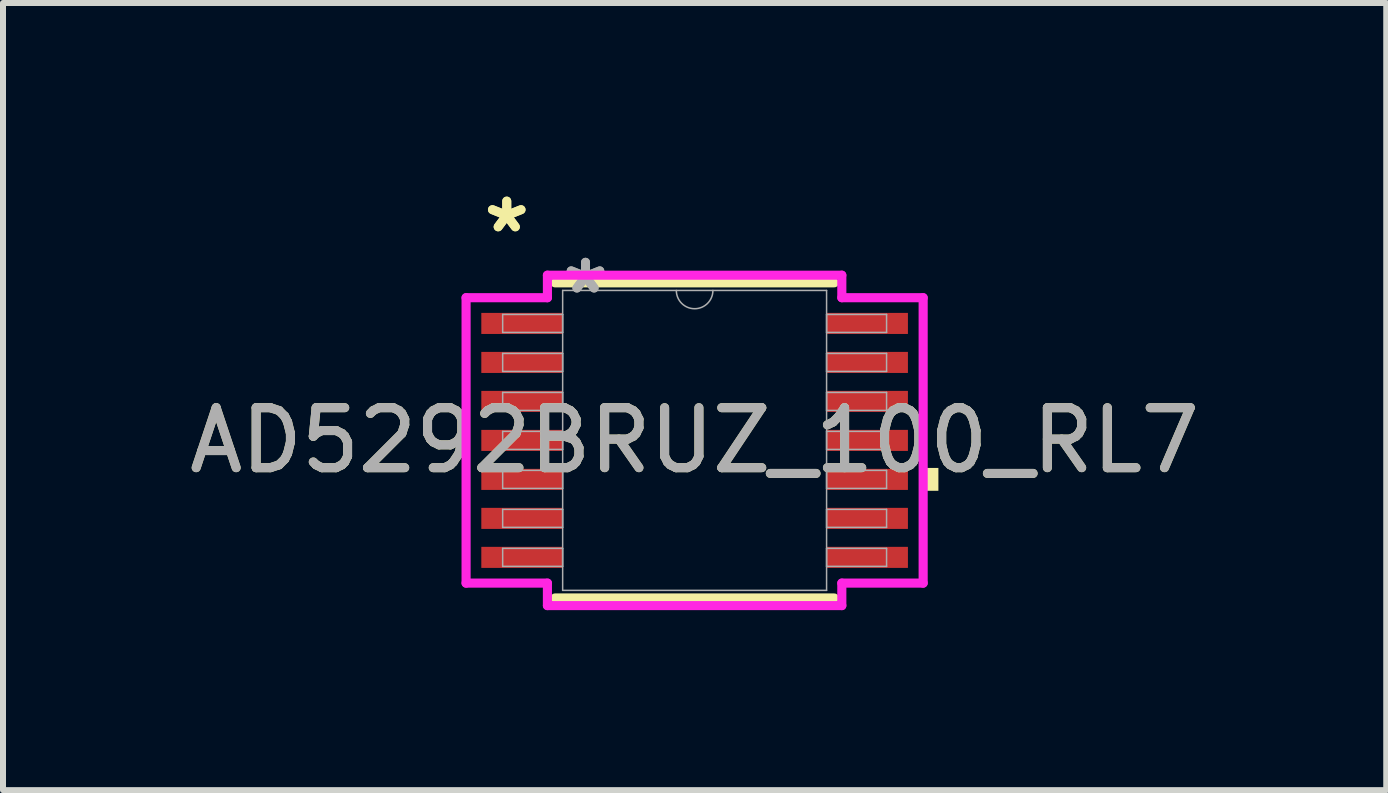
<source format=kicad_pcb>
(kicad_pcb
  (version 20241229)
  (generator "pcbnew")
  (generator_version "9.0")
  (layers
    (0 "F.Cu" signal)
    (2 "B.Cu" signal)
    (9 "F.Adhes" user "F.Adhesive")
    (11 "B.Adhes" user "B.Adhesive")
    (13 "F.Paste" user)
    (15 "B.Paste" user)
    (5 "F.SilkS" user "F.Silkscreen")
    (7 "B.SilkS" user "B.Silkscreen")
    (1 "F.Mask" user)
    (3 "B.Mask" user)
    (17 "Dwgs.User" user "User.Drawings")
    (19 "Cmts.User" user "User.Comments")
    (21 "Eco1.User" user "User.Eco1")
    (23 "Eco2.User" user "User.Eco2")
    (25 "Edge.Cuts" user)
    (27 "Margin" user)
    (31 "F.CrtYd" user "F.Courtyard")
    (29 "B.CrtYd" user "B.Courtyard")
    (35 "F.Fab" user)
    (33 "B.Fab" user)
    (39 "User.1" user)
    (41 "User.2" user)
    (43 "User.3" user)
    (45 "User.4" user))
  (footprint "AD5292BRUZ_100_RL7"
    (layer "F.Cu")
    (at 8.53 4.292)
    (property "Reference" "AD5292BRUZ_100_RL7" (at 0 0 0) (unlocked yes) (layer "F.SilkS") (effects (font (size 1 1) (thickness 0.15))))
    (attr smd)
    (fp_line (start -2.327 2.627) (end 2.327 2.627) (stroke (width 0.152) (type solid)) (layer "F.SilkS"))
    (fp_line (start 2.327 -2.627) (end -2.327 -2.627) (stroke (width 0.152) (type solid)) (layer "F.SilkS"))
    (fp_poly (pts (xy 4.064 0.459) (xy 4.064 0.84) (xy 3.81 0.84) (xy 3.81 0.459)) (stroke (width 0) (type solid)) (fill yes) (layer "F.SilkS"))
    (fp_line (start -3.81 -2.379) (end -2.454 -2.379) (stroke (width 0.152) (type solid)) (layer "F.CrtYd"))
    (fp_line (start -3.81 2.379) (end -3.81 -2.379) (stroke (width 0.152) (type solid)) (layer "F.CrtYd"))
    (fp_line (start -3.81 2.379) (end -2.454 2.379) (stroke (width 0.152) (type solid)) (layer "F.CrtYd"))
    (fp_line (start -2.454 -2.754) (end 2.454 -2.754) (stroke (width 0.152) (type solid)) (layer "F.CrtYd"))
    (fp_line (start -2.454 -2.379) (end -2.454 -2.754) (stroke (width 0.152) (type solid)) (layer "F.CrtYd"))
    (fp_line (start -2.454 2.754) (end -2.454 2.379) (stroke (width 0.152) (type solid)) (layer "F.CrtYd"))
    (fp_line (start 2.454 -2.754) (end 2.454 -2.379) (stroke (width 0.152) (type solid)) (layer "F.CrtYd"))
    (fp_line (start 2.454 2.379) (end 2.454 2.754) (stroke (width 0.152) (type solid)) (layer "F.CrtYd"))
    (fp_line (start 2.454 2.754) (end -2.454 2.754) (stroke (width 0.152) (type solid)) (layer "F.CrtYd"))
    (fp_line (start 3.81 -2.379) (end 2.454 -2.379) (stroke (width 0.152) (type solid)) (layer "F.CrtYd"))
    (fp_line (start 3.81 -2.379) (end 3.81 2.379) (stroke (width 0.152) (type solid)) (layer "F.CrtYd"))
    (fp_line (start 3.81 2.379) (end 2.454 2.379) (stroke (width 0.152) (type solid)) (layer "F.CrtYd"))
    (fp_line (start -3.2 -2.1) (end -3.2 -1.8) (stroke (width 0.025) (type solid)) (layer "F.Fab"))
    (fp_line (start -3.2 -1.8) (end -2.2 -1.8) (stroke (width 0.025) (type solid)) (layer "F.Fab"))
    (fp_line (start -3.2 -1.45) (end -3.2 -1.15) (stroke (width 0.025) (type solid)) (layer "F.Fab"))
    (fp_line (start -3.2 -1.15) (end -2.2 -1.15) (stroke (width 0.025) (type solid)) (layer "F.Fab"))
    (fp_line (start -3.2 -0.8) (end -3.2 -0.5) (stroke (width 0.025) (type solid)) (layer "F.Fab"))
    (fp_line (start -3.2 -0.5) (end -2.2 -0.5) (stroke (width 0.025) (type solid)) (layer "F.Fab"))
    (fp_line (start -3.2 -0.15) (end -3.2 0.15) (stroke (width 0.025) (type solid)) (layer "F.Fab"))
    (fp_line (start -3.2 0.15) (end -2.2 0.15) (stroke (width 0.025) (type solid)) (layer "F.Fab"))
    (fp_line (start -3.2 0.5) (end -3.2 0.8) (stroke (width 0.025) (type solid)) (layer "F.Fab"))
    (fp_line (start -3.2 0.8) (end -2.2 0.8) (stroke (width 0.025) (type solid)) (layer "F.Fab"))
    (fp_line (start -3.2 1.15) (end -3.2 1.45) (stroke (width 0.025) (type solid)) (layer "F.Fab"))
    (fp_line (start -3.2 1.45) (end -2.2 1.45) (stroke (width 0.025) (type solid)) (layer "F.Fab"))
    (fp_line (start -3.2 1.8) (end -3.2 2.1) (stroke (width 0.025) (type solid)) (layer "F.Fab"))
    (fp_line (start -3.2 2.1) (end -2.2 2.1) (stroke (width 0.025) (type solid)) (layer "F.Fab"))
    (fp_line (start -2.2 -2.5) (end -2.2 2.5) (stroke (width 0.025) (type solid)) (layer "F.Fab"))
    (fp_line (start -2.2 -2.1) (end -3.2 -2.1) (stroke (width 0.025) (type solid)) (layer "F.Fab"))
    (fp_line (start -2.2 -1.8) (end -2.2 -2.1) (stroke (width 0.025) (type solid)) (layer "F.Fab"))
    (fp_line (start -2.2 -1.45) (end -3.2 -1.45) (stroke (width 0.025) (type solid)) (layer "F.Fab"))
    (fp_line (start -2.2 -1.15) (end -2.2 -1.45) (stroke (width 0.025) (type solid)) (layer "F.Fab"))
    (fp_line (start -2.2 -0.8) (end -3.2 -0.8) (stroke (width 0.025) (type solid)) (layer "F.Fab"))
    (fp_line (start -2.2 -0.5) (end -2.2 -0.8) (stroke (width 0.025) (type solid)) (layer "F.Fab"))
    (fp_line (start -2.2 -0.15) (end -3.2 -0.15) (stroke (width 0.025) (type solid)) (layer "F.Fab"))
    (fp_line (start -2.2 0.15) (end -2.2 -0.15) (stroke (width 0.025) (type solid)) (layer "F.Fab"))
    (fp_line (start -2.2 0.5) (end -3.2 0.5) (stroke (width 0.025) (type solid)) (layer "F.Fab"))
    (fp_line (start -2.2 0.8) (end -2.2 0.5) (stroke (width 0.025) (type solid)) (layer "F.Fab"))
    (fp_line (start -2.2 1.15) (end -3.2 1.15) (stroke (width 0.025) (type solid)) (layer "F.Fab"))
    (fp_line (start -2.2 1.45) (end -2.2 1.15) (stroke (width 0.025) (type solid)) (layer "F.Fab"))
    (fp_line (start -2.2 1.8) (end -3.2 1.8) (stroke (width 0.025) (type solid)) (layer "F.Fab"))
    (fp_line (start -2.2 2.1) (end -2.2 1.8) (stroke (width 0.025) (type solid)) (layer "F.Fab"))
    (fp_line (start -2.2 2.5) (end 2.2 2.5) (stroke (width 0.025) (type solid)) (layer "F.Fab"))
    (fp_line (start 2.2 -2.5) (end -2.2 -2.5) (stroke (width 0.025) (type solid)) (layer "F.Fab"))
    (fp_line (start 2.2 -2.1) (end 2.2 -1.8) (stroke (width 0.025) (type solid)) (layer "F.Fab"))
    (fp_line (start 2.2 -1.8) (end 3.2 -1.8) (stroke (width 0.025) (type solid)) (layer "F.Fab"))
    (fp_line (start 2.2 -1.45) (end 2.2 -1.15) (stroke (width 0.025) (type solid)) (layer "F.Fab"))
    (fp_line (start 2.2 -1.15) (end 3.2 -1.15) (stroke (width 0.025) (type solid)) (layer "F.Fab"))
    (fp_line (start 2.2 -0.8) (end 2.2 -0.5) (stroke (width 0.025) (type solid)) (layer "F.Fab"))
    (fp_line (start 2.2 -0.5) (end 3.2 -0.5) (stroke (width 0.025) (type solid)) (layer "F.Fab"))
    (fp_line (start 2.2 -0.15) (end 2.2 0.15) (stroke (width 0.025) (type solid)) (layer "F.Fab"))
    (fp_line (start 2.2 0.15) (end 3.2 0.15) (stroke (width 0.025) (type solid)) (layer "F.Fab"))
    (fp_line (start 2.2 0.5) (end 2.2 0.8) (stroke (width 0.025) (type solid)) (layer "F.Fab"))
    (fp_line (start 2.2 0.8) (end 3.2 0.8) (stroke (width 0.025) (type solid)) (layer "F.Fab"))
    (fp_line (start 2.2 1.15) (end 2.2 1.45) (stroke (width 0.025) (type solid)) (layer "F.Fab"))
    (fp_line (start 2.2 1.45) (end 3.2 1.45) (stroke (width 0.025) (type solid)) (layer "F.Fab"))
    (fp_line (start 2.2 1.8) (end 2.2 2.1) (stroke (width 0.025) (type solid)) (layer "F.Fab"))
    (fp_line (start 2.2 2.1) (end 3.2 2.1) (stroke (width 0.025) (type solid)) (layer "F.Fab"))
    (fp_line (start 2.2 2.5) (end 2.2 -2.5) (stroke (width 0.025) (type solid)) (layer "F.Fab"))
    (fp_line (start 3.2 -2.1) (end 2.2 -2.1) (stroke (width 0.025) (type solid)) (layer "F.Fab"))
    (fp_line (start 3.2 -1.8) (end 3.2 -2.1) (stroke (width 0.025) (type solid)) (layer "F.Fab"))
    (fp_line (start 3.2 -1.45) (end 2.2 -1.45) (stroke (width 0.025) (type solid)) (layer "F.Fab"))
    (fp_line (start 3.2 -1.15) (end 3.2 -1.45) (stroke (width 0.025) (type solid)) (layer "F.Fab"))
    (fp_line (start 3.2 -0.8) (end 2.2 -0.8) (stroke (width 0.025) (type solid)) (layer "F.Fab"))
    (fp_line (start 3.2 -0.5) (end 3.2 -0.8) (stroke (width 0.025) (type solid)) (layer "F.Fab"))
    (fp_line (start 3.2 -0.15) (end 2.2 -0.15) (stroke (width 0.025) (type solid)) (layer "F.Fab"))
    (fp_line (start 3.2 0.15) (end 3.2 -0.15) (stroke (width 0.025) (type solid)) (layer "F.Fab"))
    (fp_line (start 3.2 0.5) (end 2.2 0.5) (stroke (width 0.025) (type solid)) (layer "F.Fab"))
    (fp_line (start 3.2 0.8) (end 3.2 0.5) (stroke (width 0.025) (type solid)) (layer "F.Fab"))
    (fp_line (start 3.2 1.15) (end 2.2 1.15) (stroke (width 0.025) (type solid)) (layer "F.Fab"))
    (fp_line (start 3.2 1.45) (end 3.2 1.15) (stroke (width 0.025) (type solid)) (layer "F.Fab"))
    (fp_line (start 3.2 1.8) (end 2.2 1.8) (stroke (width 0.025) (type solid)) (layer "F.Fab"))
    (fp_line (start 3.2 2.1) (end 3.2 1.8) (stroke (width 0.025) (type solid)) (layer "F.Fab"))
    (fp_arc (start 0.3048 -2.5) (mid 0 -2.1952) (end -0.3048 -2.5) (stroke (width 0.0254) (type solid)) (layer "F.Fab"))
    (fp_text user "*" (at -3.132 -3.444 0) (layer "F.SilkS") (effects (font (size 1 1) (thickness 0.15))))
    (fp_text user "*" (at -3.132 -3.444 0) (unlocked yes) (layer "F.SilkS") (effects (font (size 1 1) (thickness 0.15))))
    (fp_text user "*" (at -1.819 -2.424 0) (layer "F.Fab") (effects (font (size 1 1) (thickness 0.15))))
    (fp_text user "${REFERENCE}" (at 0 0 0) (unlocked yes) (layer "F.Fab") (effects (font (size 1 1) (thickness 0.15))))
    (fp_text user "*" (at -1.819 -2.424 0) (unlocked yes) (layer "F.Fab") (effects (font (size 1 1) (thickness 0.15))))
    (pad "1" smd rect (at -2.878 -1.95) (size 1.356 0.351) (layers "F.Cu" "F.Mask" "F.Paste"))
    (pad "2" smd rect (at -2.878 -1.3) (size 1.356 0.351) (layers "F.Cu" "F.Mask" "F.Paste"))
    (pad "3" smd rect (at -2.878 -0.65) (size 1.356 0.351) (layers "F.Cu" "F.Mask" "F.Paste"))
    (pad "4" smd rect (at -2.878 0) (size 1.356 0.351) (layers "F.Cu" "F.Mask" "F.Paste"))
    (pad "5" smd rect (at -2.878 0.65) (size 1.356 0.351) (layers "F.Cu" "F.Mask" "F.Paste"))
    (pad "6" smd rect (at -2.878 1.3) (size 1.356 0.351) (layers "F.Cu" "F.Mask" "F.Paste"))
    (pad "7" smd rect (at -2.878 1.95) (size 1.356 0.351) (layers "F.Cu" "F.Mask" "F.Paste"))
    (pad "8" smd rect (at 2.878 1.95) (size 1.356 0.351) (layers "F.Cu" "F.Mask" "F.Paste"))
    (pad "9" smd rect (at 2.878 1.3) (size 1.356 0.351) (layers "F.Cu" "F.Mask" "F.Paste"))
    (pad "10" smd rect (at 2.878 0.65) (size 1.356 0.351) (layers "F.Cu" "F.Mask" "F.Paste"))
    (pad "11" smd rect (at 2.878 0) (size 1.356 0.351) (layers "F.Cu" "F.Mask" "F.Paste"))
    (pad "12" smd rect (at 2.878 -0.65) (size 1.356 0.351) (layers "F.Cu" "F.Mask" "F.Paste"))
    (pad "13" smd rect (at 2.878 -1.3) (size 1.356 0.351) (layers "F.Cu" "F.Mask" "F.Paste"))
    (pad "14" smd rect (at 2.878 -1.95) (size 1.356 0.351) (layers "F.Cu" "F.Mask" "F.Paste")))
  (gr_rect
    (start -3 -3)
    (end 20.06 10.122)
    (stroke (width 0.1) (type default))
    (fill no)
    (layer "Edge.Cuts")))
</source>
